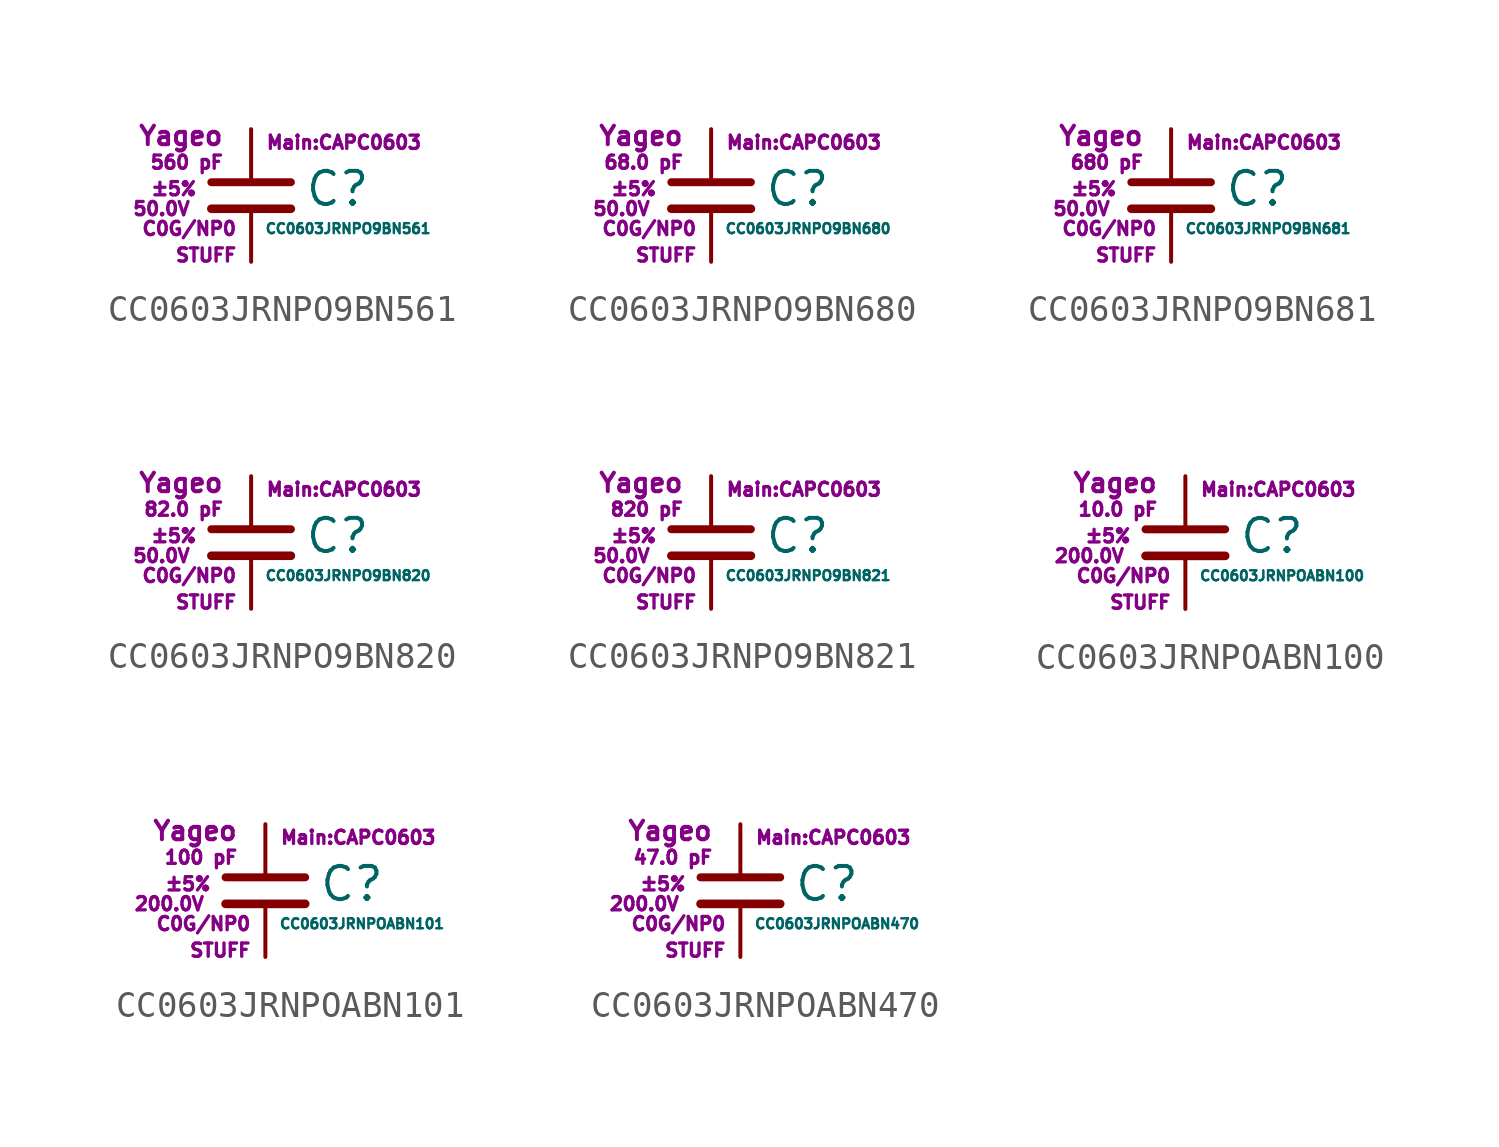
<source format=kicad_sym>
(kicad_symbol_lib
  (version 20211014)
  (generator kicad_symbol_editor)
  (symbol "CC0603JRNPO9BN561"
    (pin_numbers hide)
    (pin_names
      (offset 0.254) hide)
    (property "Reference" "C"
      (at 2.032 0.254 0)
      (effects (font (size 1.27 1.27)) (justify left)))
    (property "Value" "CC0603JRNPO9BN561"
      (at 0.508 -1.27 0)
      (effects (font (size 0.381 0.381)) (justify left)))
    (property "Footprint" "Main:CAPC0603"
      (at 3.556 2.032 0)
      (effects (font (size 0.508 0.508))))
    (property "Datasheet" ""
      (at 0.762 0.508 0)
      (effects (font (size 1.27 1.27))))
    (property "Manufacturer" "Yageo"
      (at -1.016 2.286 0)
      (effects (font (size 0.711 0.711)) (justify right)))
    (property "SKU" "STUFF"
      (at -0.508 -2.286 0)
      (effects (font (size 0.508 0.508)) (justify right)))
    (property "C" "560 pF"
      (at -1.016 1.27 0)
      (effects (font (size 0.508 0.508)) (justify right)))
    (property "Tol" "±5%"
      (at -2.032 0.254 0)
      (effects (font (size 0.508 0.508)) (justify right)))
    (property "Vmax" "50.0V"
      (at -2.286 -0.508 0)
      (effects (font (size 0.508 0.508)) (justify right)))
    (property "Type" "C0G/NP0"
      (at -0.508 -1.27 0)
      (effects (font (size 0.508 0.508)) (justify right)))
    (symbol "CC0603JRNPO9BN561_0_1"
      (polyline (pts (xy -1.524 -0.508) (xy 1.524 -0.508)) (stroke (width 0.33) (type default) (color 0 0 0 0)) (fill (type none)))
      (polyline (pts (xy -1.524 0.508) (xy 1.524 0.508)) (stroke (width 0.305) (type default) (color 0 0 0 0)) (fill (type none))))
    (symbol "CC0603JRNPO9BN561_1_1"
      (pin passive line (at 0 2.54 270) (length 1.905) (name "~" (effects (font (size 1.016 1.016)))) (number "1" (effects (font (size 1.016 1.016)))))
      (pin passive line (at 0 -2.54 90) (length 2.032) (name "~" (effects (font (size 1.016 1.016)))) (number "2" (effects (font (size 1.016 1.016)))))))
  (symbol "CC0603JRNPO9BN680"
    (pin_numbers hide)
    (pin_names
      (offset 0.254) hide)
    (property "Reference" "C"
      (at 2.032 0.254 0)
      (effects (font (size 1.27 1.27)) (justify left)))
    (property "Value" "CC0603JRNPO9BN680"
      (at 0.508 -1.27 0)
      (effects (font (size 0.381 0.381)) (justify left)))
    (property "Footprint" "Main:CAPC0603"
      (at 3.556 2.032 0)
      (effects (font (size 0.508 0.508))))
    (property "Datasheet" ""
      (at 0.762 0.508 0)
      (effects (font (size 1.27 1.27))))
    (property "Manufacturer" "Yageo"
      (at -1.016 2.286 0)
      (effects (font (size 0.711 0.711)) (justify right)))
    (property "SKU" "STUFF"
      (at -0.508 -2.286 0)
      (effects (font (size 0.508 0.508)) (justify right)))
    (property "C" "68.0 pF"
      (at -1.016 1.27 0)
      (effects (font (size 0.508 0.508)) (justify right)))
    (property "Tol" "±5%"
      (at -2.032 0.254 0)
      (effects (font (size 0.508 0.508)) (justify right)))
    (property "Vmax" "50.0V"
      (at -2.286 -0.508 0)
      (effects (font (size 0.508 0.508)) (justify right)))
    (property "Type" "C0G/NP0"
      (at -0.508 -1.27 0)
      (effects (font (size 0.508 0.508)) (justify right)))
    (symbol "CC0603JRNPO9BN680_0_1"
      (polyline (pts (xy -1.524 -0.508) (xy 1.524 -0.508)) (stroke (width 0.33) (type default) (color 0 0 0 0)) (fill (type none)))
      (polyline (pts (xy -1.524 0.508) (xy 1.524 0.508)) (stroke (width 0.305) (type default) (color 0 0 0 0)) (fill (type none))))
    (symbol "CC0603JRNPO9BN680_1_1"
      (pin passive line (at 0 2.54 270) (length 1.905) (name "~" (effects (font (size 1.016 1.016)))) (number "1" (effects (font (size 1.016 1.016)))))
      (pin passive line (at 0 -2.54 90) (length 2.032) (name "~" (effects (font (size 1.016 1.016)))) (number "2" (effects (font (size 1.016 1.016)))))))
  (symbol "CC0603JRNPO9BN681"
    (pin_numbers hide)
    (pin_names
      (offset 0.254) hide)
    (property "Reference" "C"
      (at 2.032 0.254 0)
      (effects (font (size 1.27 1.27)) (justify left)))
    (property "Value" "CC0603JRNPO9BN681"
      (at 0.508 -1.27 0)
      (effects (font (size 0.381 0.381)) (justify left)))
    (property "Footprint" "Main:CAPC0603"
      (at 3.556 2.032 0)
      (effects (font (size 0.508 0.508))))
    (property "Datasheet" ""
      (at 0.762 0.508 0)
      (effects (font (size 1.27 1.27))))
    (property "Manufacturer" "Yageo"
      (at -1.016 2.286 0)
      (effects (font (size 0.711 0.711)) (justify right)))
    (property "SKU" "STUFF"
      (at -0.508 -2.286 0)
      (effects (font (size 0.508 0.508)) (justify right)))
    (property "C" "680 pF"
      (at -1.016 1.27 0)
      (effects (font (size 0.508 0.508)) (justify right)))
    (property "Tol" "±5%"
      (at -2.032 0.254 0)
      (effects (font (size 0.508 0.508)) (justify right)))
    (property "Vmax" "50.0V"
      (at -2.286 -0.508 0)
      (effects (font (size 0.508 0.508)) (justify right)))
    (property "Type" "C0G/NP0"
      (at -0.508 -1.27 0)
      (effects (font (size 0.508 0.508)) (justify right)))
    (symbol "CC0603JRNPO9BN681_0_1"
      (polyline (pts (xy -1.524 -0.508) (xy 1.524 -0.508)) (stroke (width 0.33) (type default) (color 0 0 0 0)) (fill (type none)))
      (polyline (pts (xy -1.524 0.508) (xy 1.524 0.508)) (stroke (width 0.305) (type default) (color 0 0 0 0)) (fill (type none))))
    (symbol "CC0603JRNPO9BN681_1_1"
      (pin passive line (at 0 2.54 270) (length 1.905) (name "~" (effects (font (size 1.016 1.016)))) (number "1" (effects (font (size 1.016 1.016)))))
      (pin passive line (at 0 -2.54 90) (length 2.032) (name "~" (effects (font (size 1.016 1.016)))) (number "2" (effects (font (size 1.016 1.016)))))))
  (symbol "CC0603JRNPO9BN820"
    (pin_numbers hide)
    (pin_names
      (offset 0.254) hide)
    (property "Reference" "C"
      (at 2.032 0.254 0)
      (effects (font (size 1.27 1.27)) (justify left)))
    (property "Value" "CC0603JRNPO9BN820"
      (at 0.508 -1.27 0)
      (effects (font (size 0.381 0.381)) (justify left)))
    (property "Footprint" "Main:CAPC0603"
      (at 3.556 2.032 0)
      (effects (font (size 0.508 0.508))))
    (property "Datasheet" ""
      (at 0.762 0.508 0)
      (effects (font (size 1.27 1.27))))
    (property "Manufacturer" "Yageo"
      (at -1.016 2.286 0)
      (effects (font (size 0.711 0.711)) (justify right)))
    (property "SKU" "STUFF"
      (at -0.508 -2.286 0)
      (effects (font (size 0.508 0.508)) (justify right)))
    (property "C" "82.0 pF"
      (at -1.016 1.27 0)
      (effects (font (size 0.508 0.508)) (justify right)))
    (property "Tol" "±5%"
      (at -2.032 0.254 0)
      (effects (font (size 0.508 0.508)) (justify right)))
    (property "Vmax" "50.0V"
      (at -2.286 -0.508 0)
      (effects (font (size 0.508 0.508)) (justify right)))
    (property "Type" "C0G/NP0"
      (at -0.508 -1.27 0)
      (effects (font (size 0.508 0.508)) (justify right)))
    (symbol "CC0603JRNPO9BN820_0_1"
      (polyline (pts (xy -1.524 -0.508) (xy 1.524 -0.508)) (stroke (width 0.33) (type default) (color 0 0 0 0)) (fill (type none)))
      (polyline (pts (xy -1.524 0.508) (xy 1.524 0.508)) (stroke (width 0.305) (type default) (color 0 0 0 0)) (fill (type none))))
    (symbol "CC0603JRNPO9BN820_1_1"
      (pin passive line (at 0 2.54 270) (length 1.905) (name "~" (effects (font (size 1.016 1.016)))) (number "1" (effects (font (size 1.016 1.016)))))
      (pin passive line (at 0 -2.54 90) (length 2.032) (name "~" (effects (font (size 1.016 1.016)))) (number "2" (effects (font (size 1.016 1.016)))))))
  (symbol "CC0603JRNPO9BN821"
    (pin_numbers hide)
    (pin_names
      (offset 0.254) hide)
    (property "Reference" "C"
      (at 2.032 0.254 0)
      (effects (font (size 1.27 1.27)) (justify left)))
    (property "Value" "CC0603JRNPO9BN821"
      (at 0.508 -1.27 0)
      (effects (font (size 0.381 0.381)) (justify left)))
    (property "Footprint" "Main:CAPC0603"
      (at 3.556 2.032 0)
      (effects (font (size 0.508 0.508))))
    (property "Datasheet" ""
      (at 0.762 0.508 0)
      (effects (font (size 1.27 1.27))))
    (property "Manufacturer" "Yageo"
      (at -1.016 2.286 0)
      (effects (font (size 0.711 0.711)) (justify right)))
    (property "SKU" "STUFF"
      (at -0.508 -2.286 0)
      (effects (font (size 0.508 0.508)) (justify right)))
    (property "C" "820 pF"
      (at -1.016 1.27 0)
      (effects (font (size 0.508 0.508)) (justify right)))
    (property "Tol" "±5%"
      (at -2.032 0.254 0)
      (effects (font (size 0.508 0.508)) (justify right)))
    (property "Vmax" "50.0V"
      (at -2.286 -0.508 0)
      (effects (font (size 0.508 0.508)) (justify right)))
    (property "Type" "C0G/NP0"
      (at -0.508 -1.27 0)
      (effects (font (size 0.508 0.508)) (justify right)))
    (symbol "CC0603JRNPO9BN821_0_1"
      (polyline (pts (xy -1.524 -0.508) (xy 1.524 -0.508)) (stroke (width 0.33) (type default) (color 0 0 0 0)) (fill (type none)))
      (polyline (pts (xy -1.524 0.508) (xy 1.524 0.508)) (stroke (width 0.305) (type default) (color 0 0 0 0)) (fill (type none))))
    (symbol "CC0603JRNPO9BN821_1_1"
      (pin passive line (at 0 2.54 270) (length 1.905) (name "~" (effects (font (size 1.016 1.016)))) (number "1" (effects (font (size 1.016 1.016)))))
      (pin passive line (at 0 -2.54 90) (length 2.032) (name "~" (effects (font (size 1.016 1.016)))) (number "2" (effects (font (size 1.016 1.016)))))))
  (symbol "CC0603JRNPOABN100"
    (pin_numbers hide)
    (pin_names
      (offset 0.254) hide)
    (property "Reference" "C"
      (at 2.032 0.254 0)
      (effects (font (size 1.27 1.27)) (justify left)))
    (property "Value" "CC0603JRNPOABN100"
      (at 0.508 -1.27 0)
      (effects (font (size 0.381 0.381)) (justify left)))
    (property "Footprint" "Main:CAPC0603"
      (at 3.556 2.032 0)
      (effects (font (size 0.508 0.508))))
    (property "Datasheet" ""
      (at 0.762 0.508 0)
      (effects (font (size 1.27 1.27))))
    (property "Manufacturer" "Yageo"
      (at -1.016 2.286 0)
      (effects (font (size 0.711 0.711)) (justify right)))
    (property "SKU" "STUFF"
      (at -0.508 -2.286 0)
      (effects (font (size 0.508 0.508)) (justify right)))
    (property "C" "10.0 pF"
      (at -1.016 1.27 0)
      (effects (font (size 0.508 0.508)) (justify right)))
    (property "Tol" "±5%"
      (at -2.032 0.254 0)
      (effects (font (size 0.508 0.508)) (justify right)))
    (property "Vmax" "200.0V"
      (at -2.286 -0.508 0)
      (effects (font (size 0.508 0.508)) (justify right)))
    (property "Type" "C0G/NP0"
      (at -0.508 -1.27 0)
      (effects (font (size 0.508 0.508)) (justify right)))
    (symbol "CC0603JRNPOABN100_0_1"
      (polyline (pts (xy -1.524 -0.508) (xy 1.524 -0.508)) (stroke (width 0.33) (type default) (color 0 0 0 0)) (fill (type none)))
      (polyline (pts (xy -1.524 0.508) (xy 1.524 0.508)) (stroke (width 0.305) (type default) (color 0 0 0 0)) (fill (type none))))
    (symbol "CC0603JRNPOABN100_1_1"
      (pin passive line (at 0 2.54 270) (length 1.905) (name "~" (effects (font (size 1.016 1.016)))) (number "1" (effects (font (size 1.016 1.016)))))
      (pin passive line (at 0 -2.54 90) (length 2.032) (name "~" (effects (font (size 1.016 1.016)))) (number "2" (effects (font (size 1.016 1.016)))))))
  (symbol "CC0603JRNPOABN101"
    (pin_numbers hide)
    (pin_names
      (offset 0.254) hide)
    (property "Reference" "C"
      (at 2.032 0.254 0)
      (effects (font (size 1.27 1.27)) (justify left)))
    (property "Value" "CC0603JRNPOABN101"
      (at 0.508 -1.27 0)
      (effects (font (size 0.381 0.381)) (justify left)))
    (property "Footprint" "Main:CAPC0603"
      (at 3.556 2.032 0)
      (effects (font (size 0.508 0.508))))
    (property "Datasheet" ""
      (at 0.762 0.508 0)
      (effects (font (size 1.27 1.27))))
    (property "Manufacturer" "Yageo"
      (at -1.016 2.286 0)
      (effects (font (size 0.711 0.711)) (justify right)))
    (property "SKU" "STUFF"
      (at -0.508 -2.286 0)
      (effects (font (size 0.508 0.508)) (justify right)))
    (property "C" "100 pF"
      (at -1.016 1.27 0)
      (effects (font (size 0.508 0.508)) (justify right)))
    (property "Tol" "±5%"
      (at -2.032 0.254 0)
      (effects (font (size 0.508 0.508)) (justify right)))
    (property "Vmax" "200.0V"
      (at -2.286 -0.508 0)
      (effects (font (size 0.508 0.508)) (justify right)))
    (property "Type" "C0G/NP0"
      (at -0.508 -1.27 0)
      (effects (font (size 0.508 0.508)) (justify right)))
    (symbol "CC0603JRNPOABN101_0_1"
      (polyline (pts (xy -1.524 -0.508) (xy 1.524 -0.508)) (stroke (width 0.33) (type default) (color 0 0 0 0)) (fill (type none)))
      (polyline (pts (xy -1.524 0.508) (xy 1.524 0.508)) (stroke (width 0.305) (type default) (color 0 0 0 0)) (fill (type none))))
    (symbol "CC0603JRNPOABN101_1_1"
      (pin passive line (at 0 2.54 270) (length 1.905) (name "~" (effects (font (size 1.016 1.016)))) (number "1" (effects (font (size 1.016 1.016)))))
      (pin passive line (at 0 -2.54 90) (length 2.032) (name "~" (effects (font (size 1.016 1.016)))) (number "2" (effects (font (size 1.016 1.016)))))))
  (symbol "CC0603JRNPOABN470"
    (pin_numbers hide)
    (pin_names
      (offset 0.254) hide)
    (property "Reference" "C"
      (at 2.032 0.254 0)
      (effects (font (size 1.27 1.27)) (justify left)))
    (property "Value" "CC0603JRNPOABN470"
      (at 0.508 -1.27 0)
      (effects (font (size 0.381 0.381)) (justify left)))
    (property "Footprint" "Main:CAPC0603"
      (at 3.556 2.032 0)
      (effects (font (size 0.508 0.508))))
    (property "Datasheet" ""
      (at 0.762 0.508 0)
      (effects (font (size 1.27 1.27))))
    (property "Manufacturer" "Yageo"
      (at -1.016 2.286 0)
      (effects (font (size 0.711 0.711)) (justify right)))
    (property "SKU" "STUFF"
      (at -0.508 -2.286 0)
      (effects (font (size 0.508 0.508)) (justify right)))
    (property "C" "47.0 pF"
      (at -1.016 1.27 0)
      (effects (font (size 0.508 0.508)) (justify right)))
    (property "Tol" "±5%"
      (at -2.032 0.254 0)
      (effects (font (size 0.508 0.508)) (justify right)))
    (property "Vmax" "200.0V"
      (at -2.286 -0.508 0)
      (effects (font (size 0.508 0.508)) (justify right)))
    (property "Type" "C0G/NP0"
      (at -0.508 -1.27 0)
      (effects (font (size 0.508 0.508)) (justify right)))
    (symbol "CC0603JRNPOABN470_0_1"
      (polyline (pts (xy -1.524 -0.508) (xy 1.524 -0.508)) (stroke (width 0.33) (type default) (color 0 0 0 0)) (fill (type none)))
      (polyline (pts (xy -1.524 0.508) (xy 1.524 0.508)) (stroke (width 0.305) (type default) (color 0 0 0 0)) (fill (type none))))
    (symbol "CC0603JRNPOABN470_1_1"
      (pin passive line (at 0 2.54 270) (length 1.905) (name "~" (effects (font (size 1.016 1.016)))) (number "1" (effects (font (size 1.016 1.016)))))
      (pin passive line (at 0 -2.54 90) (length 2.032) (name "~" (effects (font (size 1.016 1.016)))) (number "2" (effects (font (size 1.016 1.016))))))))
</source>
